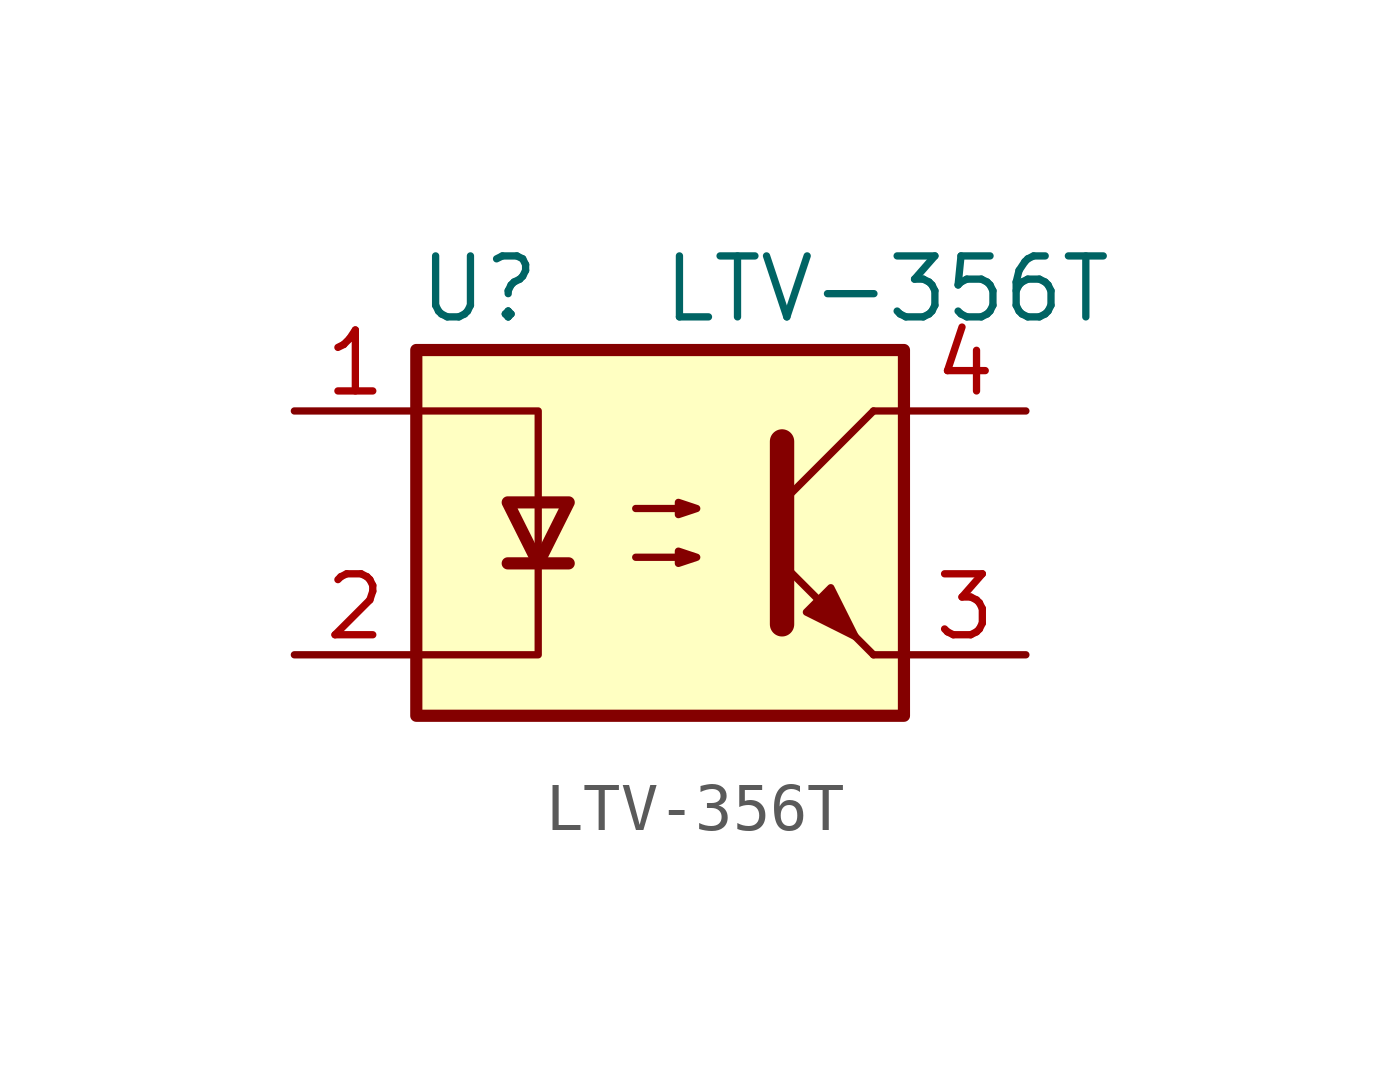
<source format=kicad_sym>
(kicad_symbol_lib
  (version 20220914)
  (generator kicad_symbol_editor)
  (symbol "LTV-356T"
    (pin_names
      (offset 1.016))
    (property "Reference" "U"
      (at -5.08 5.08 0)
      (effects (font (size 1.27 1.27)) (justify left)))
    (property "Value" "LTV-356T"
      (at 0 5.08 0)
      (effects (font (size 1.27 1.27)) (justify left)))
    (symbol "LTV-356T_0_1"
      (rectangle (start -5.08 3.81) (end 5.08 -3.81) (stroke (width 0.254) (type default)) (fill (type background)))
      (polyline (pts (xy -3.175 -0.635) (xy -1.905 -0.635)) (stroke (width 0.254) (type default)) (fill (type none)))
      (polyline (pts (xy 2.54 0.635) (xy 4.445 2.54)) (stroke (width 0) (type default)) (fill (type none)))
      (polyline (pts (xy 4.445 -2.54) (xy 2.54 -0.635)) (stroke (width 0) (type default)) (fill (type outline)))
      (polyline (pts (xy 4.445 -2.54) (xy 5.08 -2.54)) (stroke (width 0) (type default)) (fill (type none)))
      (polyline (pts (xy 4.445 2.54) (xy 5.08 2.54)) (stroke (width 0) (type default)) (fill (type none)))
      (polyline (pts (xy -5.08 2.54) (xy -2.54 2.54) (xy -2.54 -0.635)) (stroke (width 0) (type default)) (fill (type none)))
      (polyline (pts (xy -2.54 -0.635) (xy -2.54 -2.54) (xy -5.08 -2.54)) (stroke (width 0) (type default)) (fill (type none)))
      (polyline (pts (xy 2.54 1.905) (xy 2.54 -1.905) (xy 2.54 -1.905)) (stroke (width 0.508) (type default)) (fill (type none)))
      (polyline (pts (xy -2.54 -0.635) (xy -3.175 0.635) (xy -1.905 0.635) (xy -2.54 -0.635)) (stroke (width 0.254) (type default)) (fill (type none)))
      (polyline (pts (xy -0.508 -0.508) (xy 0.762 -0.508) (xy 0.381 -0.635) (xy 0.381 -0.381) (xy 0.762 -0.508)) (stroke (width 0) (type default)) (fill (type none)))
      (polyline (pts (xy -0.508 0.508) (xy 0.762 0.508) (xy 0.381 0.381) (xy 0.381 0.635) (xy 0.762 0.508)) (stroke (width 0) (type default)) (fill (type none)))
      (polyline (pts (xy 3.048 -1.651) (xy 3.556 -1.143) (xy 4.064 -2.159) (xy 3.048 -1.651) (xy 3.048 -1.651)) (stroke (width 0) (type default)) (fill (type outline))))
    (symbol "LTV-356T_1_1"
      (pin passive line (at -7.62 2.54 0) (length 2.54) (name "~" (effects (font (size 1.27 1.27)))) (number "1" (effects (font (size 1.27 1.27)))))
      (pin passive line (at -7.62 -2.54 0) (length 2.54) (name "~" (effects (font (size 1.27 1.27)))) (number "2" (effects (font (size 1.27 1.27)))))
      (pin passive line (at 7.62 -2.54 180) (length 2.54) (name "~" (effects (font (size 1.27 1.27)))) (number "3" (effects (font (size 1.27 1.27)))))
      (pin passive line (at 7.62 2.54 180) (length 2.54) (name "~" (effects (font (size 1.27 1.27)))) (number "4" (effects (font (size 1.27 1.27))))))))
</source>
